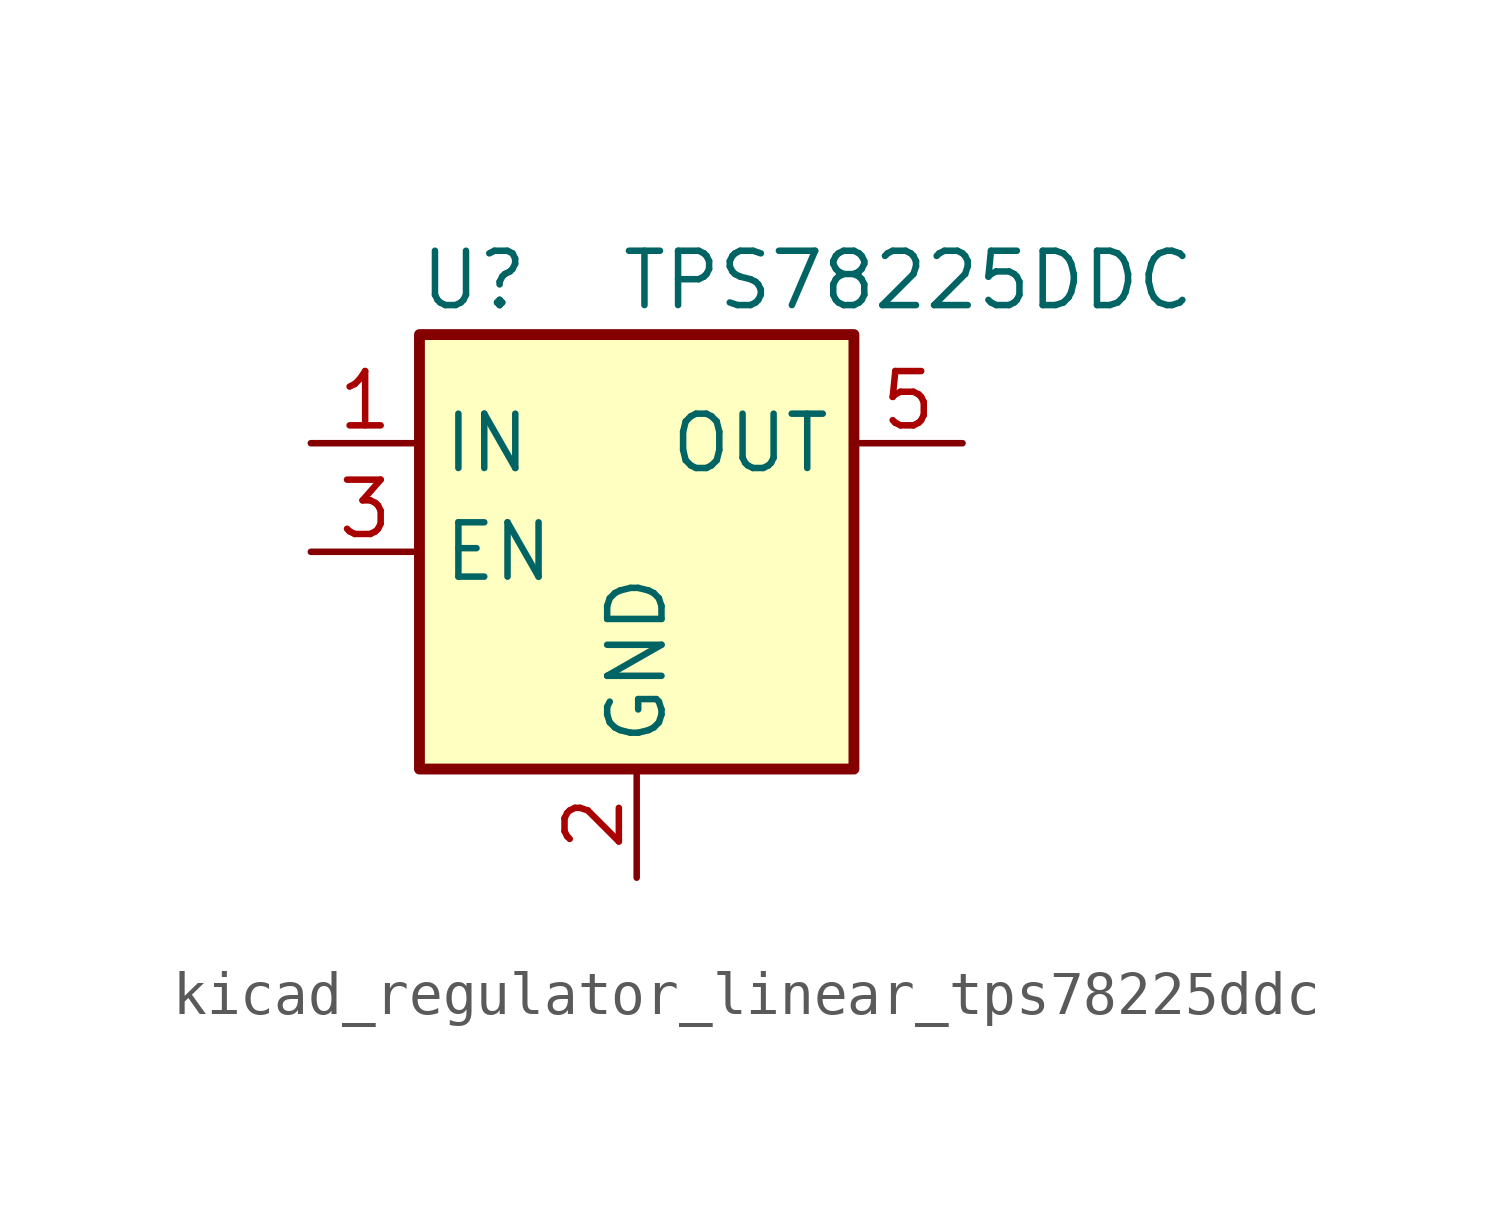
<source format=kicad_sym>
(kicad_symbol_lib
  (version 20220914)
  (generator kicad_symbol_editor)
  (symbol "kicad_regulator_linear_tps78225ddc"
    (property "Reference" "U"
      (at -3.81 6.35 0)
      (effects (font (size 1.27 1.27))))
    (property "Value" "TPS78225DDC"
      (at 6.35 6.35 0)
      (effects (font (size 1.27 1.27))))
    (symbol "kicad_regulator_linear_tps78225ddc_0_1"
      (rectangle (start -5.08 -5.08) (end 5.08 5.08) (stroke (width 0.254) (type default)) (fill (type background)))
      (pin power_in line (at -7.62 2.54 0) (length 2.54) (name "IN" (effects (font (size 1.27 1.27)))) (number "1" (effects (font (size 1.27 1.27)))))
      (pin power_in line (at 0 -7.62 90) (length 2.54) (name "GND" (effects (font (size 1.27 1.27)))) (number "2" (effects (font (size 1.27 1.27)))))
      (pin input line (at -7.62 0 0) (length 2.54) (name "EN" (effects (font (size 1.27 1.27)))) (number "3" (effects (font (size 1.27 1.27)))))
      (pin power_out line (at 7.62 2.54 180) (length 2.54) (name "OUT" (effects (font (size 1.27 1.27)))) (number "5" (effects (font (size 1.27 1.27))))))
    (symbol "kicad_regulator_linear_tps78225ddc_1_1"
      (pin passive line (at 0 -7.62 90) (length 2.54) hide (name "GND" (effects (font (size 1.27 1.27)))) (number "4" (effects (font (size 1.27 1.27))))))))
</source>
